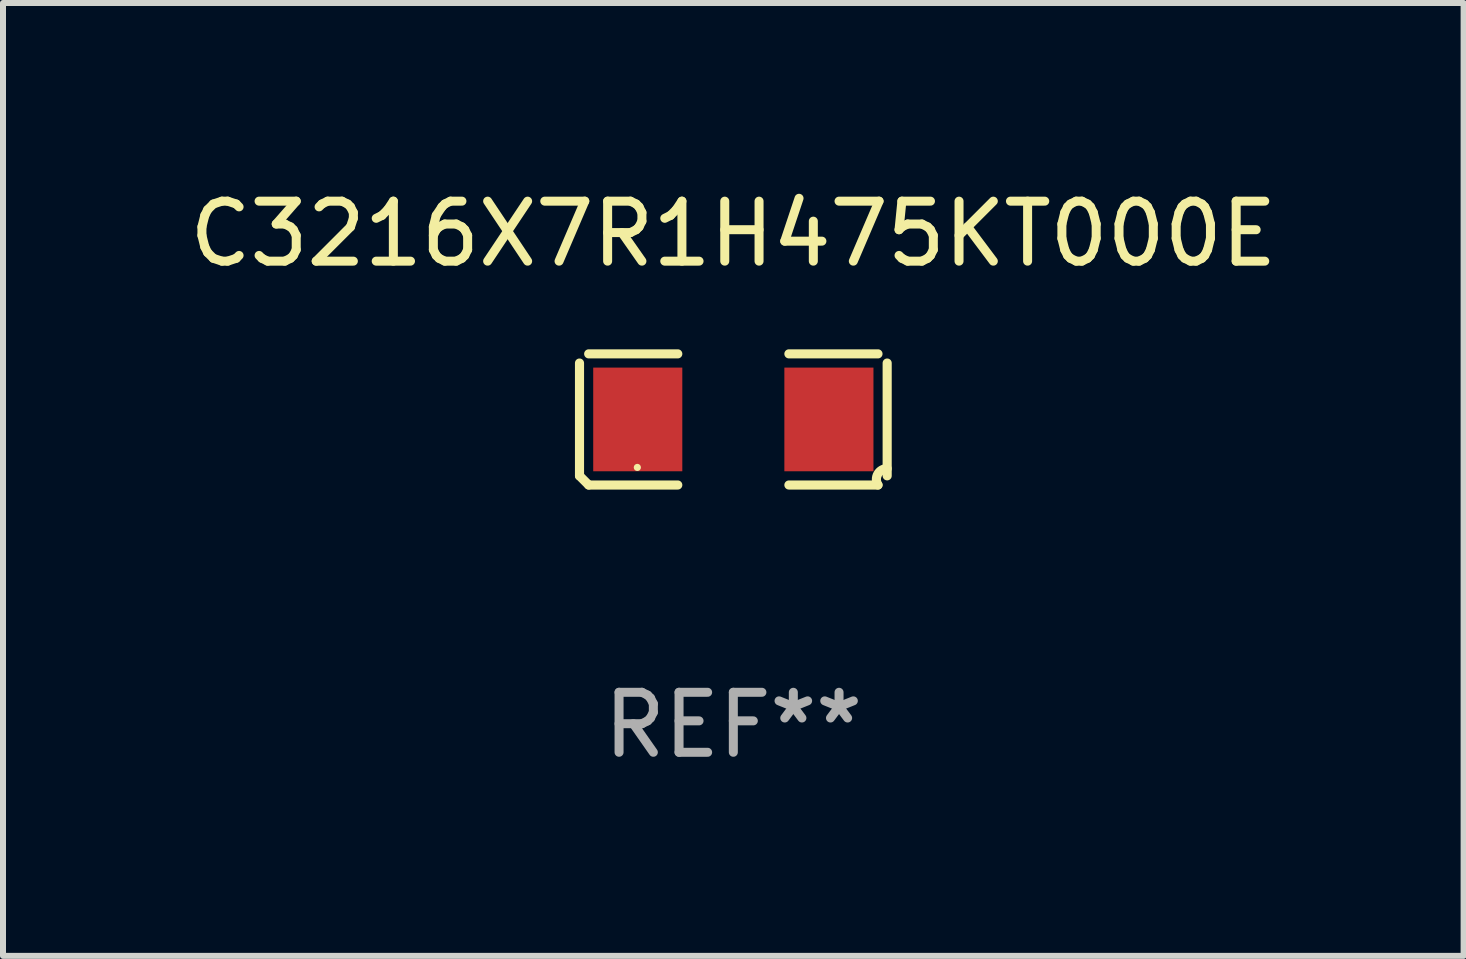
<source format=kicad_pcb>
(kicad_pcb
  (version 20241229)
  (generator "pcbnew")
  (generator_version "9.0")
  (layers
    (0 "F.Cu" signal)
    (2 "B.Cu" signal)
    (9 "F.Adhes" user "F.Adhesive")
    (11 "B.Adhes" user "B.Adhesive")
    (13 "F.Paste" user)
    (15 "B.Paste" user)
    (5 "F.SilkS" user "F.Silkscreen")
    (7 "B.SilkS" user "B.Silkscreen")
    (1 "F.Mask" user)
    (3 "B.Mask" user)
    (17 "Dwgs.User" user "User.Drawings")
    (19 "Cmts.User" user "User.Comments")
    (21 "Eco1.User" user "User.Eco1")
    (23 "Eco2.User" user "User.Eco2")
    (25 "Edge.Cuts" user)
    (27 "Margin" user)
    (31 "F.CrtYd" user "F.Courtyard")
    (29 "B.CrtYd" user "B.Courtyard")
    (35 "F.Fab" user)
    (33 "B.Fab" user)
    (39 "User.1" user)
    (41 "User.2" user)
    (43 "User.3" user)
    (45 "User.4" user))
  (footprint "C3216X7R1H475KT000E"
    (layer "F.Cu")
    (at 9.173 3.941)
    (property "Reference" "C3216X7R1H475KT000E" (at 0 -3.093 0) (layer "F.SilkS") (effects (font (size 1 1) (thickness 0.15))))
    (attr through_hole)
    (fp_line (start -2.564 0.94) (end -2.564 -0.94) (stroke (width 0.152) (type solid)) (layer "F.SilkS"))
    (fp_line (start -2.411 -1.093) (end -0.926 -1.093) (stroke (width 0.152) (type solid)) (layer "F.SilkS"))
    (fp_line (start -0.926 1.093) (end -2.411 1.093) (stroke (width 0.152) (type solid)) (layer "F.SilkS"))
    (fp_line (start 0.926 1.093) (end 2.411 1.093) (stroke (width 0.152) (type solid)) (layer "F.SilkS"))
    (fp_line (start 2.411 -1.093) (end 0.926 -1.093) (stroke (width 0.152) (type solid)) (layer "F.SilkS"))
    (fp_line (start 2.564 0.94) (end 2.564 -0.94) (stroke (width 0.152) (type solid)) (layer "F.SilkS"))
    (fp_arc (start -2.411201 1.092609) (mid -2.487413 1.01642) (end -2.563602 0.940208) (stroke (width 0.1524) (type solid)) (layer "F.SilkS"))
    (fp_arc (start 2.411201 1.092609) (mid 2.407159 0.911226) (end 2.563602 0.819347) (stroke (width 0.1524) (type solid)) (layer "F.SilkS"))
    (fp_circle (center -1.6 0.8) (end -1.57 0.8) (stroke (width 0.06) (type solid)) (fill no) (layer "F.SilkS"))
    (fp_text user "REF**" (at 0 5.093 0) (layer "F.Fab") (effects (font (size 1 1) (thickness 0.15))))
    (pad "1" smd rect (at -1.593 0) (size 1.485 1.728) (layers "F.Cu" "F.Mask" "F.Paste"))
    (pad "2" smd rect (at 1.593 0) (size 1.485 1.728) (layers "F.Cu" "F.Mask" "F.Paste")))
  (gr_rect
    (start -3 -3)
    (end 21.345 12.882)
    (stroke (width 0.1) (type default))
    (fill no)
    (layer "Edge.Cuts")))
</source>
